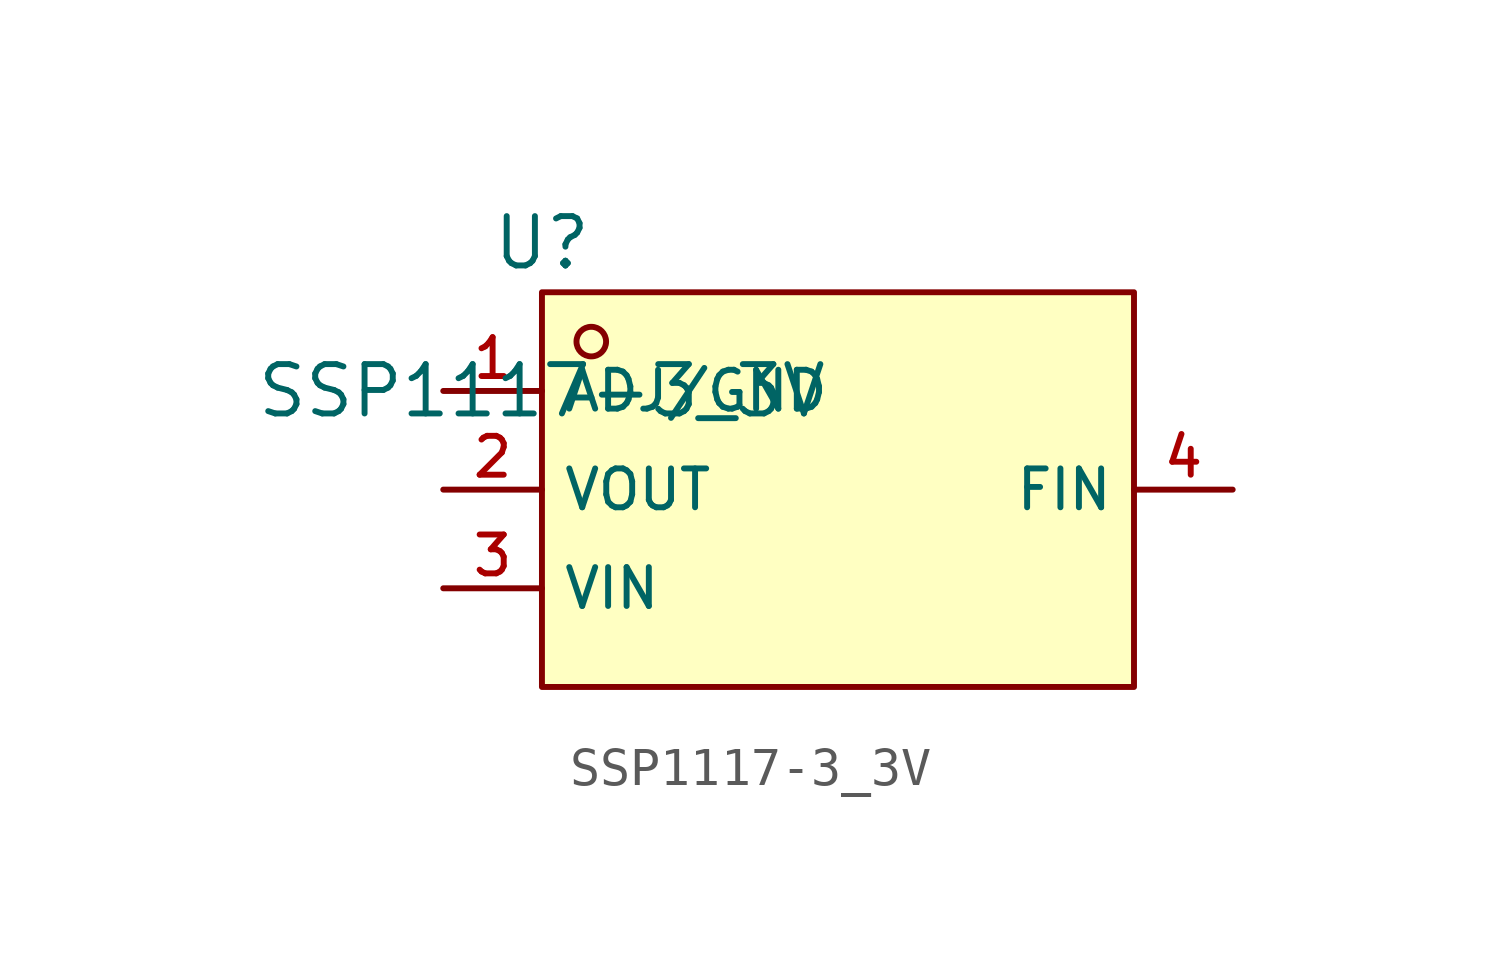
<source format=kicad_sym>
(kicad_symbol_lib
  (version 20210201)
  (generator TousstNicolas/JLC2KiCad_lib)
  (symbol "SSP1117-3_3V"
    (property "Reference" "U"
      (at 0 1.27 0)
      (effects (font (size 1.27 1.27))))
    (property "Value" "SSP1117-3_3V"
      (at 0 -2.54 0)
      (effects (font (size 1.27 1.27))))
    (symbol "SSP1117-3_3V_0_1"
      (rectangle (start 0.0 -0.0) (end 15.24 -10.16) (stroke (width 0) (type default) (color 0 0 0 0)) (fill (type background)))
      (circle (center 1.27 -1.27) (radius 0.381) (stroke (width 0) (type default) (color 0 0 0 0)) (fill (type background)))
      (pin unspecified line (at -2.54 -2.54 0) (length 2.54) (name "ADJ/GND" (effects (font (size 1 1)))) (number "1" (effects (font (size 1 1)))))
      (pin unspecified line (at -2.54 -5.08 0) (length 2.54) (name "VOUT" (effects (font (size 1 1)))) (number "2" (effects (font (size 1 1)))))
      (pin unspecified line (at -2.54 -7.62 0) (length 2.54) (name "VIN" (effects (font (size 1 1)))) (number "3" (effects (font (size 1 1)))))
      (pin unspecified line (at 17.78 -5.08 180) (length 2.54) (name "FIN" (effects (font (size 1 1)))) (number "4" (effects (font (size 1 1))))))))
</source>
